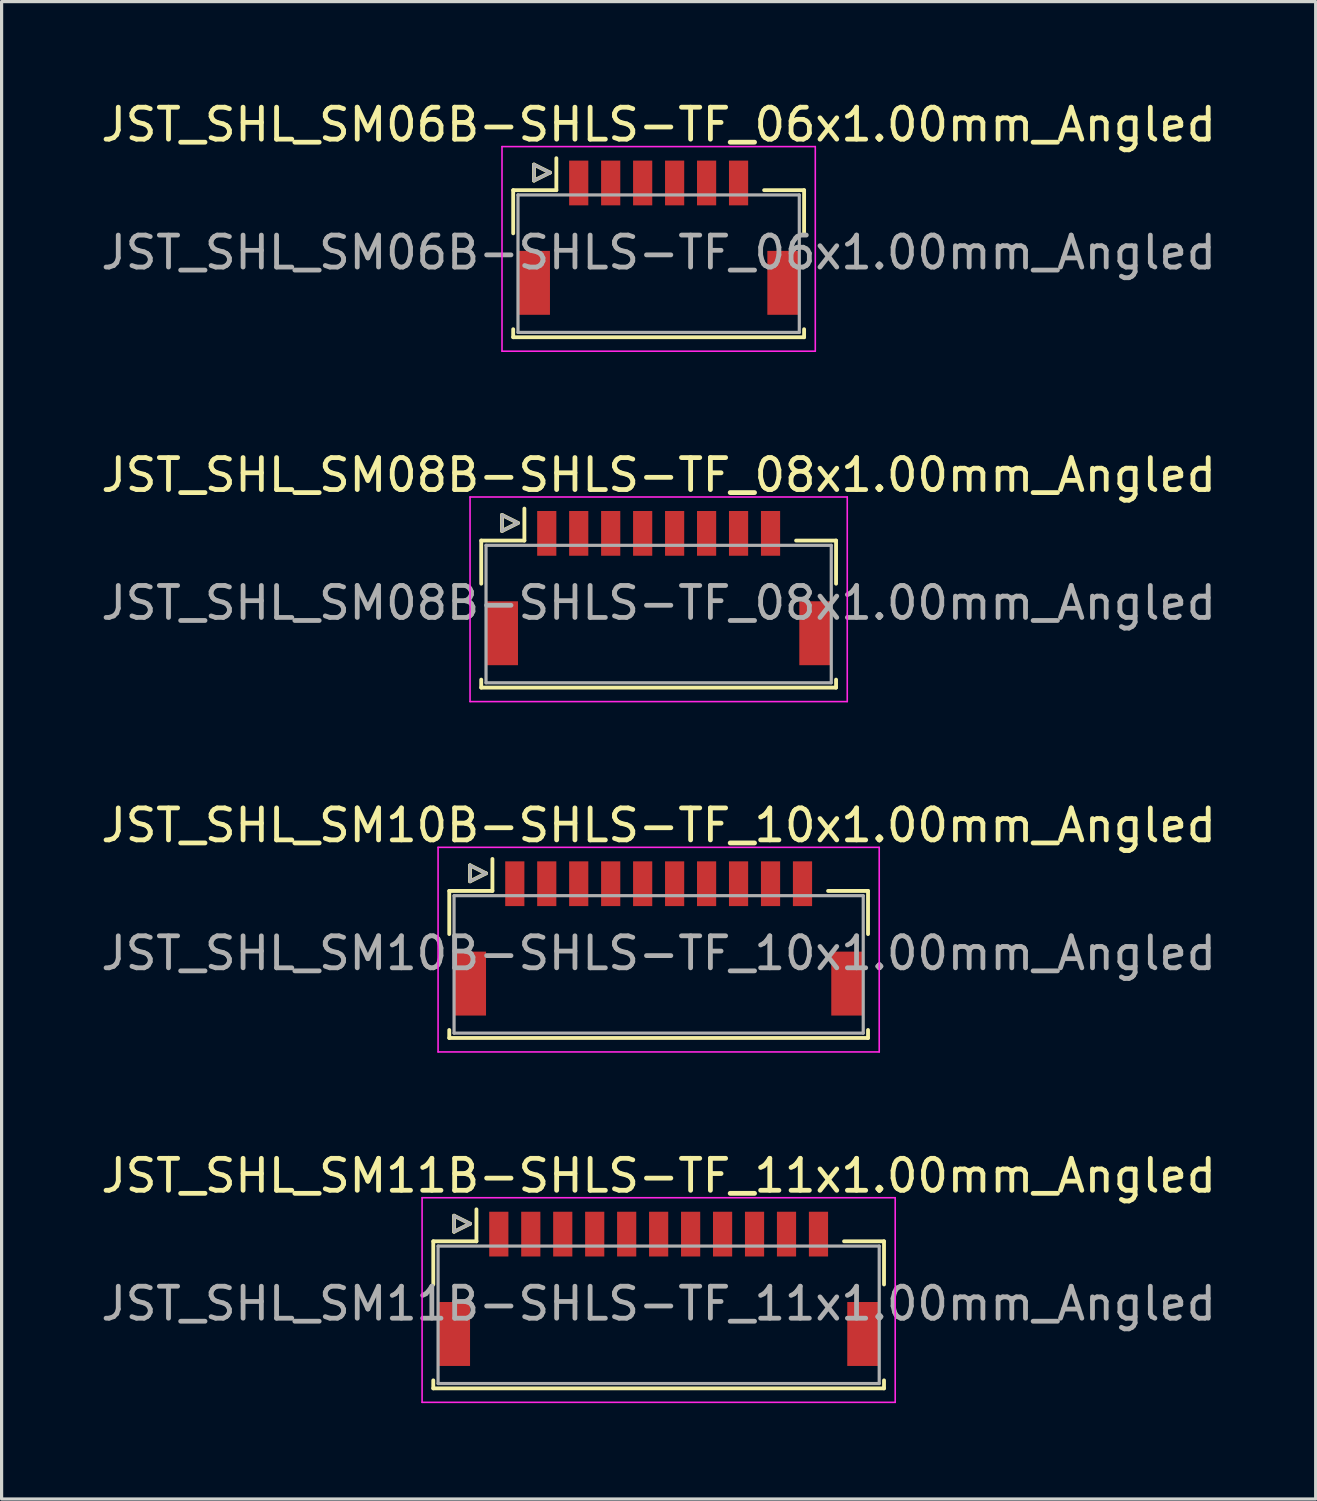
<source format=kicad_pcb>
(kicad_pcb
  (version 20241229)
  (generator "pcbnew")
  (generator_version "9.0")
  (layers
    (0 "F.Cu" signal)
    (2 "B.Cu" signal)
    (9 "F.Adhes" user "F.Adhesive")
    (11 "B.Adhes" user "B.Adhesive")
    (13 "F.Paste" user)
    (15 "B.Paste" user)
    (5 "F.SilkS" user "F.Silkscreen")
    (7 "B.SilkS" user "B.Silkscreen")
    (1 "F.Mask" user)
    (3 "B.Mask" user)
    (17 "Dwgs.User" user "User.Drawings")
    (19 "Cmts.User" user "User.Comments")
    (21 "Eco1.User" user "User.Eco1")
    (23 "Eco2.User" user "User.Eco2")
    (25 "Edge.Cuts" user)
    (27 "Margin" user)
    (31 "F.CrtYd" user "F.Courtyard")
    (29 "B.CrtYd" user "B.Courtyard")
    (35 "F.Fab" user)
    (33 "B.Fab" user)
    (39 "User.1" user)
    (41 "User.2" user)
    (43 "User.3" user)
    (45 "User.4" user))
  (footprint "JST_SHL_SM11B-SHLS-TF_11x1.00mm_Angled"
    (layer "F.Cu")
    (at 17.554 37.118)
    (property "Reference" "JST_SHL_SM11B-SHLS-TF_11x1.00mm_Angled" (at 0 -3.388 0) (layer "F.SilkS") (effects (font (size 1 1) (thickness 0.15))))
    (attr smd)
    (fp_line (start -7.05 -1.337) (end -5.7 -1.337) (stroke (width 0.12) (type solid)) (layer "F.SilkS"))
    (fp_line (start -7.05 0.013) (end -7.05 -1.337) (stroke (width 0.12) (type solid)) (layer "F.SilkS"))
    (fp_line (start -7.05 3.013) (end -7.05 3.263) (stroke (width 0.12) (type solid)) (layer "F.SilkS"))
    (fp_line (start -7.05 3.263) (end 7.05 3.263) (stroke (width 0.12) (type solid)) (layer "F.SilkS"))
    (fp_line (start -6.4 -2.138) (end -6.4 -1.637) (stroke (width 0.12) (type solid)) (layer "F.SilkS"))
    (fp_line (start -6.4 -1.637) (end -5.9 -1.887) (stroke (width 0.12) (type solid)) (layer "F.SilkS"))
    (fp_line (start -5.9 -1.887) (end -6.4 -2.138) (stroke (width 0.12) (type solid)) (layer "F.SilkS"))
    (fp_line (start -5.7 -1.337) (end -5.7 -2.337) (stroke (width 0.12) (type solid)) (layer "F.SilkS"))
    (fp_line (start 7.05 -1.337) (end 5.8 -1.337) (stroke (width 0.12) (type solid)) (layer "F.SilkS"))
    (fp_line (start 7.05 0.013) (end 7.05 -1.337) (stroke (width 0.12) (type solid)) (layer "F.SilkS"))
    (fp_line (start 7.05 3.263) (end 7.05 3.013) (stroke (width 0.12) (type solid)) (layer "F.SilkS"))
    (fp_line (start -7.4 -2.7) (end -7.4 3.7) (stroke (width 0.05) (type solid)) (layer "F.CrtYd"))
    (fp_line (start -7.4 3.7) (end 7.4 3.7) (stroke (width 0.05) (type solid)) (layer "F.CrtYd"))
    (fp_line (start 7.4 -2.7) (end -7.4 -2.7) (stroke (width 0.05) (type solid)) (layer "F.CrtYd"))
    (fp_line (start 7.4 3.7) (end 7.4 -2.7) (stroke (width 0.05) (type solid)) (layer "F.CrtYd"))
    (fp_line (start -6.9 -1.188) (end -6.9 3.112) (stroke (width 0.1) (type solid)) (layer "F.Fab"))
    (fp_line (start -6.9 3.112) (end 6.9 3.112) (stroke (width 0.1) (type solid)) (layer "F.Fab"))
    (fp_line (start -6.4 -2.138) (end -6.4 -1.637) (stroke (width 0.1) (type solid)) (layer "F.Fab"))
    (fp_line (start -6.4 -1.637) (end -5.9 -1.887) (stroke (width 0.1) (type solid)) (layer "F.Fab"))
    (fp_line (start -5.9 -1.887) (end -6.4 -2.138) (stroke (width 0.1) (type solid)) (layer "F.Fab"))
    (fp_line (start 6.9 -1.188) (end -6.9 -1.188) (stroke (width 0.1) (type solid)) (layer "F.Fab"))
    (fp_line (start 6.9 3.112) (end 6.9 -1.188) (stroke (width 0.1) (type solid)) (layer "F.Fab"))
    (fp_text user "${REFERENCE}" (at 0 0.613 0) (layer "F.Fab") (effects (font (size 1 1) (thickness 0.15))))
    (pad "" smd rect (at -6.4 1.562) (size 1 2) (layers "F.Cu" "F.Mask" "F.Paste"))
    (pad "" smd rect (at 6.4 1.562) (size 1 2) (layers "F.Cu" "F.Mask" "F.Paste"))
    (pad "1" smd rect (at -5 -1.562) (size 0.6 1.4) (layers "F.Cu" "F.Mask" "F.Paste"))
    (pad "2" smd rect (at -4 -1.562) (size 0.6 1.4) (layers "F.Cu" "F.Mask" "F.Paste"))
    (pad "3" smd rect (at -3 -1.562) (size 0.6 1.4) (layers "F.Cu" "F.Mask" "F.Paste"))
    (pad "4" smd rect (at -2 -1.562) (size 0.6 1.4) (layers "F.Cu" "F.Mask" "F.Paste"))
    (pad "5" smd rect (at -1 -1.562) (size 0.6 1.4) (layers "F.Cu" "F.Mask" "F.Paste"))
    (pad "6" smd rect (at 0 -1.562) (size 0.6 1.4) (layers "F.Cu" "F.Mask" "F.Paste"))
    (pad "7" smd rect (at 1 -1.562) (size 0.6 1.4) (layers "F.Cu" "F.Mask" "F.Paste"))
    (pad "8" smd rect (at 2 -1.562) (size 0.6 1.4) (layers "F.Cu" "F.Mask" "F.Paste"))
    (pad "9" smd rect (at 3 -1.562) (size 0.6 1.4) (layers "F.Cu" "F.Mask" "F.Paste"))
    (pad "10" smd rect (at 4 -1.562) (size 0.6 1.4) (layers "F.Cu" "F.Mask" "F.Paste"))
    (pad "11" smd rect (at 5 -1.562) (size 0.6 1.4) (layers "F.Cu" "F.Mask" "F.Paste")))
  (footprint "JST_SHL_SM08B-SHLS-TF_08x1.00mm_Angled"
    (layer "F.Cu")
    (at 17.554 15.197)
    (property "Reference" "JST_SHL_SM08B-SHLS-TF_08x1.00mm_Angled" (at 0 -3.388 0) (layer "F.SilkS") (effects (font (size 1 1) (thickness 0.15))))
    (attr smd)
    (fp_line (start -5.55 -1.337) (end -4.2 -1.337) (stroke (width 0.12) (type solid)) (layer "F.SilkS"))
    (fp_line (start -5.55 0.013) (end -5.55 -1.337) (stroke (width 0.12) (type solid)) (layer "F.SilkS"))
    (fp_line (start -5.55 3.013) (end -5.55 3.263) (stroke (width 0.12) (type solid)) (layer "F.SilkS"))
    (fp_line (start -5.55 3.263) (end 5.55 3.263) (stroke (width 0.12) (type solid)) (layer "F.SilkS"))
    (fp_line (start -4.9 -2.138) (end -4.9 -1.637) (stroke (width 0.12) (type solid)) (layer "F.SilkS"))
    (fp_line (start -4.9 -1.637) (end -4.4 -1.887) (stroke (width 0.12) (type solid)) (layer "F.SilkS"))
    (fp_line (start -4.4 -1.887) (end -4.9 -2.138) (stroke (width 0.12) (type solid)) (layer "F.SilkS"))
    (fp_line (start -4.2 -1.337) (end -4.2 -2.337) (stroke (width 0.12) (type solid)) (layer "F.SilkS"))
    (fp_line (start 5.55 -1.337) (end 4.3 -1.337) (stroke (width 0.12) (type solid)) (layer "F.SilkS"))
    (fp_line (start 5.55 0.013) (end 5.55 -1.337) (stroke (width 0.12) (type solid)) (layer "F.SilkS"))
    (fp_line (start 5.55 3.263) (end 5.55 3.013) (stroke (width 0.12) (type solid)) (layer "F.SilkS"))
    (fp_line (start -5.9 -2.7) (end -5.9 3.7) (stroke (width 0.05) (type solid)) (layer "F.CrtYd"))
    (fp_line (start -5.9 3.7) (end 5.9 3.7) (stroke (width 0.05) (type solid)) (layer "F.CrtYd"))
    (fp_line (start 5.9 -2.7) (end -5.9 -2.7) (stroke (width 0.05) (type solid)) (layer "F.CrtYd"))
    (fp_line (start 5.9 3.7) (end 5.9 -2.7) (stroke (width 0.05) (type solid)) (layer "F.CrtYd"))
    (fp_line (start -5.4 -1.188) (end -5.4 3.112) (stroke (width 0.1) (type solid)) (layer "F.Fab"))
    (fp_line (start -5.4 3.112) (end 5.4 3.112) (stroke (width 0.1) (type solid)) (layer "F.Fab"))
    (fp_line (start -4.9 -2.138) (end -4.9 -1.637) (stroke (width 0.1) (type solid)) (layer "F.Fab"))
    (fp_line (start -4.9 -1.637) (end -4.4 -1.887) (stroke (width 0.1) (type solid)) (layer "F.Fab"))
    (fp_line (start -4.4 -1.887) (end -4.9 -2.138) (stroke (width 0.1) (type solid)) (layer "F.Fab"))
    (fp_line (start 5.4 -1.188) (end -5.4 -1.188) (stroke (width 0.1) (type solid)) (layer "F.Fab"))
    (fp_line (start 5.4 3.112) (end 5.4 -1.188) (stroke (width 0.1) (type solid)) (layer "F.Fab"))
    (fp_text user "${REFERENCE}" (at 0 0.613 0) (layer "F.Fab") (effects (font (size 1 1) (thickness 0.15))))
    (pad "" smd rect (at -4.9 1.562) (size 1 2) (layers "F.Cu" "F.Mask" "F.Paste"))
    (pad "" smd rect (at 4.9 1.562) (size 1 2) (layers "F.Cu" "F.Mask" "F.Paste"))
    (pad "1" smd rect (at -3.5 -1.562) (size 0.6 1.4) (layers "F.Cu" "F.Mask" "F.Paste"))
    (pad "2" smd rect (at -2.5 -1.562) (size 0.6 1.4) (layers "F.Cu" "F.Mask" "F.Paste"))
    (pad "3" smd rect (at -1.5 -1.562) (size 0.6 1.4) (layers "F.Cu" "F.Mask" "F.Paste"))
    (pad "4" smd rect (at -0.5 -1.562) (size 0.6 1.4) (layers "F.Cu" "F.Mask" "F.Paste"))
    (pad "5" smd rect (at 0.5 -1.562) (size 0.6 1.4) (layers "F.Cu" "F.Mask" "F.Paste"))
    (pad "6" smd rect (at 1.5 -1.562) (size 0.6 1.4) (layers "F.Cu" "F.Mask" "F.Paste"))
    (pad "7" smd rect (at 2.5 -1.562) (size 0.6 1.4) (layers "F.Cu" "F.Mask" "F.Paste"))
    (pad "8" smd rect (at 3.5 -1.562) (size 0.6 1.4) (layers "F.Cu" "F.Mask" "F.Paste")))
  (footprint "JST_SHL_SM06B-SHLS-TF_06x1.00mm_Angled"
    (layer "F.Cu")
    (at 17.554 4.236)
    (property "Reference" "JST_SHL_SM06B-SHLS-TF_06x1.00mm_Angled" (at 0 -3.388 0) (layer "F.SilkS") (effects (font (size 1 1) (thickness 0.15))))
    (attr smd)
    (fp_line (start -4.55 -1.337) (end -3.2 -1.337) (stroke (width 0.12) (type solid)) (layer "F.SilkS"))
    (fp_line (start -4.55 0.013) (end -4.55 -1.337) (stroke (width 0.12) (type solid)) (layer "F.SilkS"))
    (fp_line (start -4.55 3.013) (end -4.55 3.263) (stroke (width 0.12) (type solid)) (layer "F.SilkS"))
    (fp_line (start -4.55 3.263) (end 4.55 3.263) (stroke (width 0.12) (type solid)) (layer "F.SilkS"))
    (fp_line (start -3.9 -2.138) (end -3.9 -1.637) (stroke (width 0.12) (type solid)) (layer "F.SilkS"))
    (fp_line (start -3.9 -1.637) (end -3.4 -1.887) (stroke (width 0.12) (type solid)) (layer "F.SilkS"))
    (fp_line (start -3.4 -1.887) (end -3.9 -2.138) (stroke (width 0.12) (type solid)) (layer "F.SilkS"))
    (fp_line (start -3.2 -1.337) (end -3.2 -2.337) (stroke (width 0.12) (type solid)) (layer "F.SilkS"))
    (fp_line (start 4.55 -1.337) (end 3.3 -1.337) (stroke (width 0.12) (type solid)) (layer "F.SilkS"))
    (fp_line (start 4.55 0.013) (end 4.55 -1.337) (stroke (width 0.12) (type solid)) (layer "F.SilkS"))
    (fp_line (start 4.55 3.263) (end 4.55 3.013) (stroke (width 0.12) (type solid)) (layer "F.SilkS"))
    (fp_line (start -4.9 -2.7) (end -4.9 3.7) (stroke (width 0.05) (type solid)) (layer "F.CrtYd"))
    (fp_line (start -4.9 3.7) (end 4.9 3.7) (stroke (width 0.05) (type solid)) (layer "F.CrtYd"))
    (fp_line (start 4.9 -2.7) (end -4.9 -2.7) (stroke (width 0.05) (type solid)) (layer "F.CrtYd"))
    (fp_line (start 4.9 3.7) (end 4.9 -2.7) (stroke (width 0.05) (type solid)) (layer "F.CrtYd"))
    (fp_line (start -4.4 -1.188) (end -4.4 3.112) (stroke (width 0.1) (type solid)) (layer "F.Fab"))
    (fp_line (start -4.4 3.112) (end 4.4 3.112) (stroke (width 0.1) (type solid)) (layer "F.Fab"))
    (fp_line (start -3.9 -2.138) (end -3.9 -1.637) (stroke (width 0.1) (type solid)) (layer "F.Fab"))
    (fp_line (start -3.9 -1.637) (end -3.4 -1.887) (stroke (width 0.1) (type solid)) (layer "F.Fab"))
    (fp_line (start -3.4 -1.887) (end -3.9 -2.138) (stroke (width 0.1) (type solid)) (layer "F.Fab"))
    (fp_line (start 4.4 -1.188) (end -4.4 -1.188) (stroke (width 0.1) (type solid)) (layer "F.Fab"))
    (fp_line (start 4.4 3.112) (end 4.4 -1.188) (stroke (width 0.1) (type solid)) (layer "F.Fab"))
    (fp_text user "${REFERENCE}" (at 0 0.613 0) (layer "F.Fab") (effects (font (size 1 1) (thickness 0.15))))
    (pad "" smd rect (at -3.9 1.562) (size 1 2) (layers "F.Cu" "F.Mask" "F.Paste"))
    (pad "" smd rect (at 3.9 1.562) (size 1 2) (layers "F.Cu" "F.Mask" "F.Paste"))
    (pad "1" smd rect (at -2.5 -1.562) (size 0.6 1.4) (layers "F.Cu" "F.Mask" "F.Paste"))
    (pad "2" smd rect (at -1.5 -1.562) (size 0.6 1.4) (layers "F.Cu" "F.Mask" "F.Paste"))
    (pad "3" smd rect (at -0.5 -1.562) (size 0.6 1.4) (layers "F.Cu" "F.Mask" "F.Paste"))
    (pad "4" smd rect (at 0.5 -1.562) (size 0.6 1.4) (layers "F.Cu" "F.Mask" "F.Paste"))
    (pad "5" smd rect (at 1.5 -1.562) (size 0.6 1.4) (layers "F.Cu" "F.Mask" "F.Paste"))
    (pad "6" smd rect (at 2.5 -1.562) (size 0.6 1.4) (layers "F.Cu" "F.Mask" "F.Paste")))
  (footprint "JST_SHL_SM10B-SHLS-TF_10x1.00mm_Angled"
    (layer "F.Cu")
    (at 17.554 26.157)
    (property "Reference" "JST_SHL_SM10B-SHLS-TF_10x1.00mm_Angled" (at 0 -3.388 0) (layer "F.SilkS") (effects (font (size 1 1) (thickness 0.15))))
    (attr smd)
    (fp_line (start -6.55 -1.337) (end -5.2 -1.337) (stroke (width 0.12) (type solid)) (layer "F.SilkS"))
    (fp_line (start -6.55 0.013) (end -6.55 -1.337) (stroke (width 0.12) (type solid)) (layer "F.SilkS"))
    (fp_line (start -6.55 3.013) (end -6.55 3.263) (stroke (width 0.12) (type solid)) (layer "F.SilkS"))
    (fp_line (start -6.55 3.263) (end 6.55 3.263) (stroke (width 0.12) (type solid)) (layer "F.SilkS"))
    (fp_line (start -5.9 -2.138) (end -5.9 -1.637) (stroke (width 0.12) (type solid)) (layer "F.SilkS"))
    (fp_line (start -5.9 -1.637) (end -5.4 -1.887) (stroke (width 0.12) (type solid)) (layer "F.SilkS"))
    (fp_line (start -5.4 -1.887) (end -5.9 -2.138) (stroke (width 0.12) (type solid)) (layer "F.SilkS"))
    (fp_line (start -5.2 -1.337) (end -5.2 -2.337) (stroke (width 0.12) (type solid)) (layer "F.SilkS"))
    (fp_line (start 6.55 -1.337) (end 5.3 -1.337) (stroke (width 0.12) (type solid)) (layer "F.SilkS"))
    (fp_line (start 6.55 0.013) (end 6.55 -1.337) (stroke (width 0.12) (type solid)) (layer "F.SilkS"))
    (fp_line (start 6.55 3.263) (end 6.55 3.013) (stroke (width 0.12) (type solid)) (layer "F.SilkS"))
    (fp_line (start -6.9 -2.7) (end -6.9 3.7) (stroke (width 0.05) (type solid)) (layer "F.CrtYd"))
    (fp_line (start -6.9 3.7) (end 6.9 3.7) (stroke (width 0.05) (type solid)) (layer "F.CrtYd"))
    (fp_line (start 6.9 -2.7) (end -6.9 -2.7) (stroke (width 0.05) (type solid)) (layer "F.CrtYd"))
    (fp_line (start 6.9 3.7) (end 6.9 -2.7) (stroke (width 0.05) (type solid)) (layer "F.CrtYd"))
    (fp_line (start -6.4 -1.188) (end -6.4 3.112) (stroke (width 0.1) (type solid)) (layer "F.Fab"))
    (fp_line (start -6.4 3.112) (end 6.4 3.112) (stroke (width 0.1) (type solid)) (layer "F.Fab"))
    (fp_line (start -5.9 -2.138) (end -5.9 -1.637) (stroke (width 0.1) (type solid)) (layer "F.Fab"))
    (fp_line (start -5.9 -1.637) (end -5.4 -1.887) (stroke (width 0.1) (type solid)) (layer "F.Fab"))
    (fp_line (start -5.4 -1.887) (end -5.9 -2.138) (stroke (width 0.1) (type solid)) (layer "F.Fab"))
    (fp_line (start 6.4 -1.188) (end -6.4 -1.188) (stroke (width 0.1) (type solid)) (layer "F.Fab"))
    (fp_line (start 6.4 3.112) (end 6.4 -1.188) (stroke (width 0.1) (type solid)) (layer "F.Fab"))
    (fp_text user "${REFERENCE}" (at 0 0.613 0) (layer "F.Fab") (effects (font (size 1 1) (thickness 0.15))))
    (pad "" smd rect (at -5.9 1.562) (size 1 2) (layers "F.Cu" "F.Mask" "F.Paste"))
    (pad "" smd rect (at 5.9 1.562) (size 1 2) (layers "F.Cu" "F.Mask" "F.Paste"))
    (pad "1" smd rect (at -4.5 -1.562) (size 0.6 1.4) (layers "F.Cu" "F.Mask" "F.Paste"))
    (pad "2" smd rect (at -3.5 -1.562) (size 0.6 1.4) (layers "F.Cu" "F.Mask" "F.Paste"))
    (pad "3" smd rect (at -2.5 -1.562) (size 0.6 1.4) (layers "F.Cu" "F.Mask" "F.Paste"))
    (pad "4" smd rect (at -1.5 -1.562) (size 0.6 1.4) (layers "F.Cu" "F.Mask" "F.Paste"))
    (pad "5" smd rect (at -0.5 -1.562) (size 0.6 1.4) (layers "F.Cu" "F.Mask" "F.Paste"))
    (pad "6" smd rect (at 0.5 -1.562) (size 0.6 1.4) (layers "F.Cu" "F.Mask" "F.Paste"))
    (pad "7" smd rect (at 1.5 -1.562) (size 0.6 1.4) (layers "F.Cu" "F.Mask" "F.Paste"))
    (pad "8" smd rect (at 2.5 -1.562) (size 0.6 1.4) (layers "F.Cu" "F.Mask" "F.Paste"))
    (pad "9" smd rect (at 3.5 -1.562) (size 0.6 1.4) (layers "F.Cu" "F.Mask" "F.Paste"))
    (pad "10" smd rect (at 4.5 -1.562) (size 0.6 1.4) (layers "F.Cu" "F.Mask" "F.Paste")))
  (gr_rect
    (start -3 -3)
    (end 38.107 43.843)
    (stroke (width 0.1) (type default))
    (fill no)
    (layer "Edge.Cuts")))
</source>
